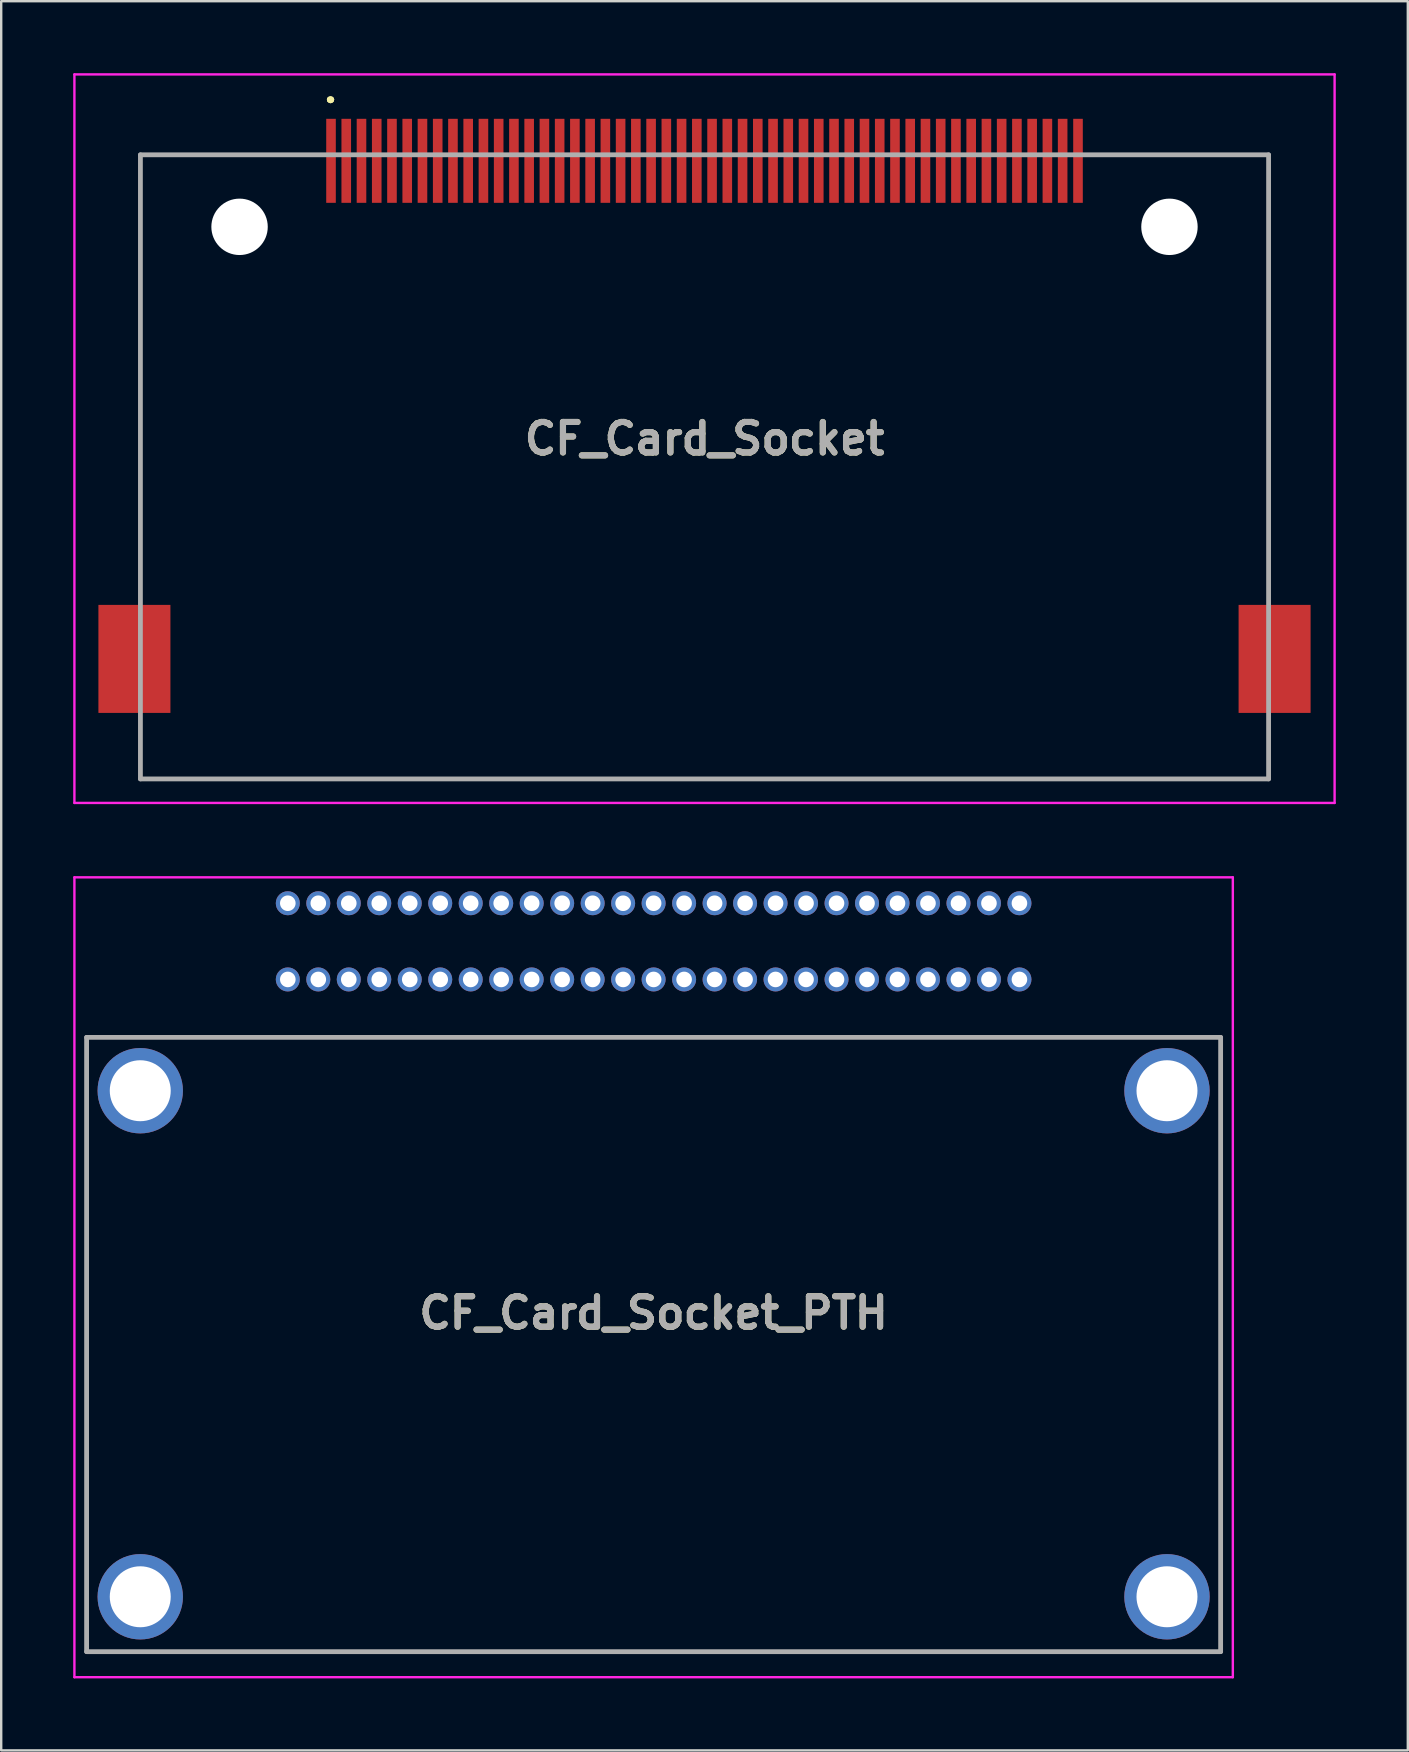
<source format=kicad_pcb>
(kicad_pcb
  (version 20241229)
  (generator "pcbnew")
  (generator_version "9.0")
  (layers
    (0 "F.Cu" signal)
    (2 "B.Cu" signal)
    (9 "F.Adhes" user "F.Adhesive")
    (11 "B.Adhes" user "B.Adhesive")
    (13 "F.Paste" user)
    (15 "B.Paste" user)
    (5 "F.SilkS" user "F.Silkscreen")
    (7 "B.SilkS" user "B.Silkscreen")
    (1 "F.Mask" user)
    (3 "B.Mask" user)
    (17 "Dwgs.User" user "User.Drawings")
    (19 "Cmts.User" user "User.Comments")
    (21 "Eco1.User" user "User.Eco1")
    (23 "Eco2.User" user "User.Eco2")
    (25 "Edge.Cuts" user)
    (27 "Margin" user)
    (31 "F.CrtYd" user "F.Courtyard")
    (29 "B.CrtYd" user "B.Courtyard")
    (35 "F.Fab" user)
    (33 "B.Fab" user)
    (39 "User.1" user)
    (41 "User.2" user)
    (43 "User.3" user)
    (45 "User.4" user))
  (footprint "CF_Card_Socket_PTH"
    (layer "F.Cu")
    (at 24.18 42.39)
    (property "Reference" "CF_Card_Socket_PTH" (at 0 9.257 0) (layer "F.SilkS") (effects (font (size 1.27 1.27) (thickness 0.254))))
    (attr through_hole)
    (fp_line (start -23.622 23.368) (end -23.622 -2.223) (stroke (width 0.1) (type solid)) (layer "F.SilkS"))
    (fp_line (start 23.622 -2.223) (end -23.622 -2.223) (stroke (width 0.1) (type solid)) (layer "F.SilkS"))
    (fp_line (start 23.622 -2.223) (end 23.622 23.368) (stroke (width 0.1) (type solid)) (layer "F.SilkS"))
    (fp_line (start 23.622 23.368) (end -23.622 23.368) (stroke (width 0.1) (type solid)) (layer "F.SilkS"))
    (fp_line (start -24.13 -8.89) (end 24.13 -8.89) (stroke (width 0.1) (type solid)) (layer "F.CrtYd"))
    (fp_line (start -24.13 24.432) (end -24.13 -8.89) (stroke (width 0.1) (type solid)) (layer "F.CrtYd"))
    (fp_line (start 24.13 -8.89) (end 24.13 24.432) (stroke (width 0.1) (type solid)) (layer "F.CrtYd"))
    (fp_line (start 24.13 24.432) (end -24.13 24.432) (stroke (width 0.1) (type solid)) (layer "F.CrtYd"))
    (fp_line (start -23.622 -2.223) (end -23.622 23.368) (stroke (width 0.2) (type solid)) (layer "F.Fab"))
    (fp_line (start -23.622 23.368) (end 23.622 23.368) (stroke (width 0.2) (type solid)) (layer "F.Fab"))
    (fp_line (start 23.622 -2.223) (end -23.622 -2.223) (stroke (width 0.2) (type solid)) (layer "F.Fab"))
    (fp_line (start 23.622 23.368) (end 23.622 -2.223) (stroke (width 0.2) (type solid)) (layer "F.Fab"))
    (fp_text user "${REFERENCE}" (at 0 9.257 0) (layer "F.Fab") (effects (font (size 1.27 1.27) (thickness 0.254))))
    (pad "1" thru_hole circle (at -15.24 -7.811) (size 1 1) (drill 0.65) (layers "*.Cu" "*.Mask"))
    (pad "2" thru_hole circle (at -13.97 -7.811) (size 1 1) (drill 0.65) (layers "*.Cu" "*.Mask"))
    (pad "3" thru_hole circle (at -12.7 -7.811) (size 1 1) (drill 0.65) (layers "*.Cu" "*.Mask"))
    (pad "4" thru_hole circle (at -11.43 -7.811) (size 1 1) (drill 0.65) (layers "*.Cu" "*.Mask"))
    (pad "5" thru_hole circle (at -10.16 -7.811) (size 1 1) (drill 0.65) (layers "*.Cu" "*.Mask"))
    (pad "6" thru_hole circle (at -8.89 -7.811) (size 1 1) (drill 0.65) (layers "*.Cu" "*.Mask"))
    (pad "7" thru_hole circle (at -7.62 -7.811) (size 1 1) (drill 0.65) (layers "*.Cu" "*.Mask"))
    (pad "8" thru_hole circle (at -6.35 -7.811) (size 1 1) (drill 0.65) (layers "*.Cu" "*.Mask"))
    (pad "9" thru_hole circle (at -5.08 -7.811) (size 1 1) (drill 0.65) (layers "*.Cu" "*.Mask"))
    (pad "10" thru_hole circle (at -3.81 -7.811) (size 1 1) (drill 0.65) (layers "*.Cu" "*.Mask"))
    (pad "11" thru_hole circle (at -2.54 -7.811) (size 1 1) (drill 0.65) (layers "*.Cu" "*.Mask"))
    (pad "12" thru_hole circle (at -1.27 -7.811) (size 1 1) (drill 0.65) (layers "*.Cu" "*.Mask"))
    (pad "13" thru_hole circle (at 0 -7.811) (size 1 1) (drill 0.65) (layers "*.Cu" "*.Mask"))
    (pad "14" thru_hole circle (at 1.27 -7.811) (size 1 1) (drill 0.65) (layers "*.Cu" "*.Mask"))
    (pad "15" thru_hole circle (at 2.54 -7.811) (size 1 1) (drill 0.65) (layers "*.Cu" "*.Mask"))
    (pad "16" thru_hole circle (at 3.81 -7.811) (size 1 1) (drill 0.65) (layers "*.Cu" "*.Mask"))
    (pad "17" thru_hole circle (at 5.08 -7.811) (size 1 1) (drill 0.65) (layers "*.Cu" "*.Mask"))
    (pad "18" thru_hole circle (at 6.35 -7.811) (size 1 1) (drill 0.65) (layers "*.Cu" "*.Mask"))
    (pad "19" thru_hole circle (at 7.62 -7.811) (size 1 1) (drill 0.65) (layers "*.Cu" "*.Mask"))
    (pad "20" thru_hole circle (at 8.89 -7.811) (size 1 1) (drill 0.65) (layers "*.Cu" "*.Mask"))
    (pad "21" thru_hole circle (at 10.16 -7.811) (size 1 1) (drill 0.65) (layers "*.Cu" "*.Mask"))
    (pad "22" thru_hole circle (at 11.43 -7.811) (size 1 1) (drill 0.65) (layers "*.Cu" "*.Mask"))
    (pad "23" thru_hole circle (at 12.7 -7.811) (size 1 1) (drill 0.65) (layers "*.Cu" "*.Mask"))
    (pad "24" thru_hole circle (at 13.97 -7.811) (size 1 1) (drill 0.65) (layers "*.Cu" "*.Mask"))
    (pad "25" thru_hole circle (at 15.24 -7.811) (size 1 1) (drill 0.65) (layers "*.Cu" "*.Mask"))
    (pad "26" thru_hole circle (at -15.24 -4.636) (size 1 1) (drill 0.65) (layers "*.Cu" "*.Mask"))
    (pad "27" thru_hole circle (at -13.97 -4.636) (size 1 1) (drill 0.65) (layers "*.Cu" "*.Mask"))
    (pad "28" thru_hole circle (at -12.7 -4.636) (size 1 1) (drill 0.65) (layers "*.Cu" "*.Mask"))
    (pad "29" thru_hole circle (at -11.43 -4.636) (size 1 1) (drill 0.65) (layers "*.Cu" "*.Mask"))
    (pad "30" thru_hole circle (at -10.16 -4.636) (size 1 1) (drill 0.65) (layers "*.Cu" "*.Mask"))
    (pad "31" thru_hole circle (at -8.89 -4.636) (size 1 1) (drill 0.65) (layers "*.Cu" "*.Mask"))
    (pad "32" thru_hole circle (at -7.62 -4.636) (size 1 1) (drill 0.65) (layers "*.Cu" "*.Mask"))
    (pad "33" thru_hole circle (at -6.35 -4.636) (size 1 1) (drill 0.65) (layers "*.Cu" "*.Mask"))
    (pad "34" thru_hole circle (at -5.08 -4.636) (size 1 1) (drill 0.65) (layers "*.Cu" "*.Mask"))
    (pad "35" thru_hole circle (at -3.81 -4.636) (size 1 1) (drill 0.65) (layers "*.Cu" "*.Mask"))
    (pad "36" thru_hole circle (at -2.54 -4.636) (size 1 1) (drill 0.65) (layers "*.Cu" "*.Mask"))
    (pad "37" thru_hole circle (at -1.27 -4.636) (size 1 1) (drill 0.65) (layers "*.Cu" "*.Mask"))
    (pad "38" thru_hole circle (at 0 -4.636) (size 1 1) (drill 0.65) (layers "*.Cu" "*.Mask"))
    (pad "39" thru_hole circle (at 1.27 -4.636) (size 1 1) (drill 0.65) (layers "*.Cu" "*.Mask"))
    (pad "40" thru_hole circle (at 2.54 -4.636) (size 1 1) (drill 0.65) (layers "*.Cu" "*.Mask"))
    (pad "41" thru_hole circle (at 3.81 -4.636) (size 1 1) (drill 0.65) (layers "*.Cu" "*.Mask"))
    (pad "42" thru_hole circle (at 5.08 -4.636) (size 1 1) (drill 0.65) (layers "*.Cu" "*.Mask"))
    (pad "43" thru_hole circle (at 6.35 -4.636) (size 1 1) (drill 0.65) (layers "*.Cu" "*.Mask"))
    (pad "44" thru_hole circle (at 7.62 -4.636) (size 1 1) (drill 0.65) (layers "*.Cu" "*.Mask"))
    (pad "45" thru_hole circle (at 8.89 -4.636) (size 1 1) (drill 0.65) (layers "*.Cu" "*.Mask"))
    (pad "46" thru_hole circle (at 10.16 -4.636) (size 1 1) (drill 0.65) (layers "*.Cu" "*.Mask"))
    (pad "47" thru_hole circle (at 11.43 -4.636) (size 1 1) (drill 0.65) (layers "*.Cu" "*.Mask"))
    (pad "48" thru_hole circle (at 12.7 -4.636) (size 1 1) (drill 0.65) (layers "*.Cu" "*.Mask"))
    (pad "49" thru_hole circle (at 13.97 -4.636) (size 1 1) (drill 0.65) (layers "*.Cu" "*.Mask"))
    (pad "50" thru_hole circle (at 15.24 -4.636) (size 1 1) (drill 0.65) (layers "*.Cu" "*.Mask"))
    (pad "MH1" thru_hole circle (at -21.387 0) (size 3.556 3.556) (drill 2.54) (layers "*.Cu" "*.Mask"))
    (pad "MH2" thru_hole circle (at 21.387 0) (size 3.556 3.556) (drill 2.54) (layers "*.Cu" "*.Mask"))
    (pad "MH3" thru_hole circle (at -21.387 21.082) (size 3.556 3.556) (drill 2.54) (layers "*.Cu" "*.Mask"))
    (pad "MH4" thru_hole circle (at 21.387 21.082) (size 3.556 3.556) (drill 2.54) (layers "*.Cu" "*.Mask")))
  (footprint "CF_Card_Socket"
    (layer "F.Cu")
    (at 26.3 6.4)
    (property "Reference" "CF_Card_Socket" (at 0 8.825 0) (layer "F.SilkS") (effects (font (size 1.27 1.27) (thickness 0.254))))
    (attr through_hole)
    (fp_line (start -23.5 -3) (end -23.5 -3) (stroke (width 0.1) (type solid)) (layer "F.SilkS"))
    (fp_line (start -23.5 -3) (end -23.5 -3) (stroke (width 0.1) (type solid)) (layer "F.SilkS"))
    (fp_line (start -23.5 -3) (end -23.5 15) (stroke (width 0.1) (type solid)) (layer "F.SilkS"))
    (fp_line (start -23.5 -3) (end -16.38 -3) (stroke (width 0.1) (type solid)) (layer "F.SilkS"))
    (fp_line (start -23.5 15) (end -23.5 -3) (stroke (width 0.1) (type solid)) (layer "F.SilkS"))
    (fp_line (start -23.5 15) (end -23.5 15) (stroke (width 0.1) (type solid)) (layer "F.SilkS"))
    (fp_line (start -23.5 23) (end -23.5 23) (stroke (width 0.1) (type solid)) (layer "F.SilkS"))
    (fp_line (start -23.5 23) (end 23.5 23) (stroke (width 0.1) (type solid)) (layer "F.SilkS"))
    (fp_line (start -16.38 -3) (end -23.5 -3) (stroke (width 0.1) (type solid)) (layer "F.SilkS"))
    (fp_line (start -16.38 -3) (end -16.38 -3) (stroke (width 0.1) (type solid)) (layer "F.SilkS"))
    (fp_line (start -15.63 -5.3) (end -15.63 -5.3) (stroke (width 0.2) (type solid)) (layer "F.SilkS"))
    (fp_line (start -15.63 -5.3) (end -15.63 -5.3) (stroke (width 0.2) (type solid)) (layer "F.SilkS"))
    (fp_line (start -15.53 -5.3) (end -15.53 -5.3) (stroke (width 0.2) (type solid)) (layer "F.SilkS"))
    (fp_line (start 16.37 -3) (end 16.37 -3) (stroke (width 0.1) (type solid)) (layer "F.SilkS"))
    (fp_line (start 16.37 -3) (end 23.5 -3) (stroke (width 0.1) (type solid)) (layer "F.SilkS"))
    (fp_line (start 23.5 -3) (end 16.37 -3) (stroke (width 0.1) (type solid)) (layer "F.SilkS"))
    (fp_line (start 23.5 -3) (end 23.5 -3) (stroke (width 0.1) (type solid)) (layer "F.SilkS"))
    (fp_line (start 23.5 -3) (end 23.5 -3) (stroke (width 0.1) (type solid)) (layer "F.SilkS"))
    (fp_line (start 23.5 -3) (end 23.5 15) (stroke (width 0.1) (type solid)) (layer "F.SilkS"))
    (fp_line (start 23.5 15) (end 23.5 -3) (stroke (width 0.1) (type solid)) (layer "F.SilkS"))
    (fp_line (start 23.5 15) (end 23.5 15) (stroke (width 0.1) (type solid)) (layer "F.SilkS"))
    (fp_line (start 23.5 23) (end -23.5 23) (stroke (width 0.1) (type solid)) (layer "F.SilkS"))
    (fp_line (start 23.5 23) (end 23.5 23) (stroke (width 0.1) (type solid)) (layer "F.SilkS"))
    (fp_arc (start -15.63 -5.3) (mid -15.58 -5.35) (end -15.53 -5.3) (stroke (width 0.2) (type solid)) (layer "F.SilkS"))
    (fp_arc (start -15.53 -5.3) (mid -15.58 -5.25) (end -15.63 -5.3) (stroke (width 0.2) (type solid)) (layer "F.SilkS"))
    (fp_arc (start -15.53 -5.3) (mid -15.58 -5.25) (end -15.63 -5.3) (stroke (width 0.2) (type solid)) (layer "F.SilkS"))
    (fp_line (start -26.25 -6.35) (end 26.25 -6.35) (stroke (width 0.1) (type solid)) (layer "F.CrtYd"))
    (fp_line (start -26.25 24) (end -26.25 -6.35) (stroke (width 0.1) (type solid)) (layer "F.CrtYd"))
    (fp_line (start 26.25 -6.35) (end 26.25 24) (stroke (width 0.1) (type solid)) (layer "F.CrtYd"))
    (fp_line (start 26.25 24) (end -26.25 24) (stroke (width 0.1) (type solid)) (layer "F.CrtYd"))
    (fp_line (start -23.5 -3) (end -23.5 23) (stroke (width 0.2) (type solid)) (layer "F.Fab"))
    (fp_line (start -23.5 23) (end 23.5 23) (stroke (width 0.2) (type solid)) (layer "F.Fab"))
    (fp_line (start 23.5 -3) (end -23.5 -3) (stroke (width 0.2) (type solid)) (layer "F.Fab"))
    (fp_line (start 23.5 23) (end 23.5 -3) (stroke (width 0.2) (type solid)) (layer "F.Fab"))
    (fp_text user "${REFERENCE}" (at 0 8.825 0) (layer "F.Fab") (effects (font (size 1.27 1.27) (thickness 0.254))))
    (pad "" np_thru_hole circle (at -23 21.5) (size 0.001 0.001) (drill 0.93) (layers "*.Cu" "*.Mask"))
    (pad "" np_thru_hole circle (at -19.37 0) (size 2.35 2.35) (drill 2.35) (layers "*.Cu" "*.Mask"))
    (pad "" np_thru_hole circle (at -19.37 3) (size 0.001 0.001) (drill 1.78) (layers "*.Cu" "*.Mask"))
    (pad "" np_thru_hole circle (at 19.37 0) (size 2.35 2.35) (drill 2.35) (layers "*.Cu" "*.Mask"))
    (pad "" np_thru_hole circle (at 19.37 3) (size 0.001 0.001) (drill 1.78) (layers "*.Cu" "*.Mask"))
    (pad "" np_thru_hole circle (at 23 21.5) (size 0.001 0.001) (drill 0.93) (layers "*.Cu" "*.Mask"))
    (pad "1" smd rect (at -15.56 -2.75) (size 0.4 3.5) (layers "F.Cu" "F.Mask" "F.Paste"))
    (pad "2" smd rect (at -14.29 -2.75) (size 0.4 3.5) (layers "F.Cu" "F.Mask" "F.Paste"))
    (pad "3" smd rect (at -13.02 -2.75) (size 0.4 3.5) (layers "F.Cu" "F.Mask" "F.Paste"))
    (pad "4" smd rect (at -11.75 -2.75) (size 0.4 3.5) (layers "F.Cu" "F.Mask" "F.Paste"))
    (pad "5" smd rect (at -10.48 -2.75) (size 0.4 3.5) (layers "F.Cu" "F.Mask" "F.Paste"))
    (pad "6" smd rect (at -9.21 -2.75) (size 0.4 3.5) (layers "F.Cu" "F.Mask" "F.Paste"))
    (pad "7" smd rect (at -7.94 -2.75) (size 0.4 3.5) (layers "F.Cu" "F.Mask" "F.Paste"))
    (pad "8" smd rect (at -6.67 -2.75) (size 0.4 3.5) (layers "F.Cu" "F.Mask" "F.Paste"))
    (pad "9" smd rect (at -5.4 -2.75) (size 0.4 3.5) (layers "F.Cu" "F.Mask" "F.Paste"))
    (pad "10" smd rect (at -4.13 -2.75) (size 0.4 3.5) (layers "F.Cu" "F.Mask" "F.Paste"))
    (pad "11" smd rect (at -2.86 -2.75) (size 0.4 3.5) (layers "F.Cu" "F.Mask" "F.Paste"))
    (pad "12" smd rect (at -1.59 -2.75) (size 0.4 3.5) (layers "F.Cu" "F.Mask" "F.Paste"))
    (pad "13" smd rect (at -0.32 -2.75) (size 0.4 3.5) (layers "F.Cu" "F.Mask" "F.Paste"))
    (pad "14" smd rect (at 0.95 -2.75) (size 0.4 3.5) (layers "F.Cu" "F.Mask" "F.Paste"))
    (pad "15" smd rect (at 2.22 -2.75) (size 0.4 3.5) (layers "F.Cu" "F.Mask" "F.Paste"))
    (pad "16" smd rect (at 3.49 -2.75) (size 0.4 3.5) (layers "F.Cu" "F.Mask" "F.Paste"))
    (pad "17" smd rect (at 4.76 -2.75) (size 0.4 3.5) (layers "F.Cu" "F.Mask" "F.Paste"))
    (pad "18" smd rect (at 6.03 -2.75) (size 0.4 3.5) (layers "F.Cu" "F.Mask" "F.Paste"))
    (pad "19" smd rect (at 7.3 -2.75) (size 0.4 3.5) (layers "F.Cu" "F.Mask" "F.Paste"))
    (pad "20" smd rect (at 8.57 -2.75) (size 0.4 3.5) (layers "F.Cu" "F.Mask" "F.Paste"))
    (pad "21" smd rect (at 9.84 -2.75) (size 0.4 3.5) (layers "F.Cu" "F.Mask" "F.Paste"))
    (pad "22" smd rect (at 11.11 -2.75) (size 0.4 3.5) (layers "F.Cu" "F.Mask" "F.Paste"))
    (pad "23" smd rect (at 12.38 -2.75) (size 0.4 3.5) (layers "F.Cu" "F.Mask" "F.Paste"))
    (pad "24" smd rect (at 13.65 -2.75) (size 0.4 3.5) (layers "F.Cu" "F.Mask" "F.Paste"))
    (pad "25" smd rect (at 14.92 -2.75) (size 0.4 3.5) (layers "F.Cu" "F.Mask" "F.Paste"))
    (pad "26" smd rect (at -14.925 -2.75) (size 0.4 3.5) (layers "F.Cu" "F.Mask" "F.Paste"))
    (pad "27" smd rect (at -13.655 -2.75) (size 0.4 3.5) (layers "F.Cu" "F.Mask" "F.Paste"))
    (pad "28" smd rect (at -12.385 -2.75) (size 0.4 3.5) (layers "F.Cu" "F.Mask" "F.Paste"))
    (pad "29" smd rect (at -11.115 -2.75) (size 0.4 3.5) (layers "F.Cu" "F.Mask" "F.Paste"))
    (pad "30" smd rect (at -9.845 -2.75) (size 0.4 3.5) (layers "F.Cu" "F.Mask" "F.Paste"))
    (pad "31" smd rect (at -8.575 -2.75) (size 0.4 3.5) (layers "F.Cu" "F.Mask" "F.Paste"))
    (pad "32" smd rect (at -7.305 -2.75) (size 0.4 3.5) (layers "F.Cu" "F.Mask" "F.Paste"))
    (pad "33" smd rect (at -6.035 -2.75) (size 0.4 3.5) (layers "F.Cu" "F.Mask" "F.Paste"))
    (pad "34" smd rect (at -4.765 -2.75) (size 0.4 3.5) (layers "F.Cu" "F.Mask" "F.Paste"))
    (pad "35" smd rect (at -3.495 -2.75) (size 0.4 3.5) (layers "F.Cu" "F.Mask" "F.Paste"))
    (pad "36" smd rect (at -2.225 -2.75) (size 0.4 3.5) (layers "F.Cu" "F.Mask" "F.Paste"))
    (pad "37" smd rect (at -0.955 -2.75) (size 0.4 3.5) (layers "F.Cu" "F.Mask" "F.Paste"))
    (pad "38" smd rect (at 0.315 -2.75) (size 0.4 3.5) (layers "F.Cu" "F.Mask" "F.Paste"))
    (pad "39" smd rect (at 1.585 -2.75) (size 0.4 3.5) (layers "F.Cu" "F.Mask" "F.Paste"))
    (pad "40" smd rect (at 2.855 -2.75) (size 0.4 3.5) (layers "F.Cu" "F.Mask" "F.Paste"))
    (pad "41" smd rect (at 4.125 -2.75) (size 0.4 3.5) (layers "F.Cu" "F.Mask" "F.Paste"))
    (pad "42" smd rect (at 5.395 -2.75) (size 0.4 3.5) (layers "F.Cu" "F.Mask" "F.Paste"))
    (pad "43" smd rect (at 6.665 -2.75) (size 0.4 3.5) (layers "F.Cu" "F.Mask" "F.Paste"))
    (pad "44" smd rect (at 7.935 -2.75) (size 0.4 3.5) (layers "F.Cu" "F.Mask" "F.Paste"))
    (pad "45" smd rect (at 9.205 -2.75) (size 0.4 3.5) (layers "F.Cu" "F.Mask" "F.Paste"))
    (pad "46" smd rect (at 10.475 -2.75) (size 0.4 3.5) (layers "F.Cu" "F.Mask" "F.Paste"))
    (pad "47" smd rect (at 11.745 -2.75) (size 0.4 3.5) (layers "F.Cu" "F.Mask" "F.Paste"))
    (pad "48" smd rect (at 13.015 -2.75) (size 0.4 3.5) (layers "F.Cu" "F.Mask" "F.Paste"))
    (pad "49" smd rect (at 14.285 -2.75) (size 0.4 3.5) (layers "F.Cu" "F.Mask" "F.Paste"))
    (pad "50" smd rect (at 15.56 -2.75) (size 0.4 3.5) (layers "F.Cu" "F.Mask" "F.Paste"))
    (pad "PAD" smd rect (at -23.75 18) (size 3 4.5) (layers "F.Cu" "F.Mask" "F.Paste"))
    (pad "PAD" smd rect (at 23.75 18) (size 3 4.5) (layers "F.Cu" "F.Mask" "F.Paste")))
  (gr_rect
    (start -3 -3)
    (end 55.6 69.872)
    (stroke (width 0.1) (type default))
    (fill no)
    (layer "Edge.Cuts")))
</source>
